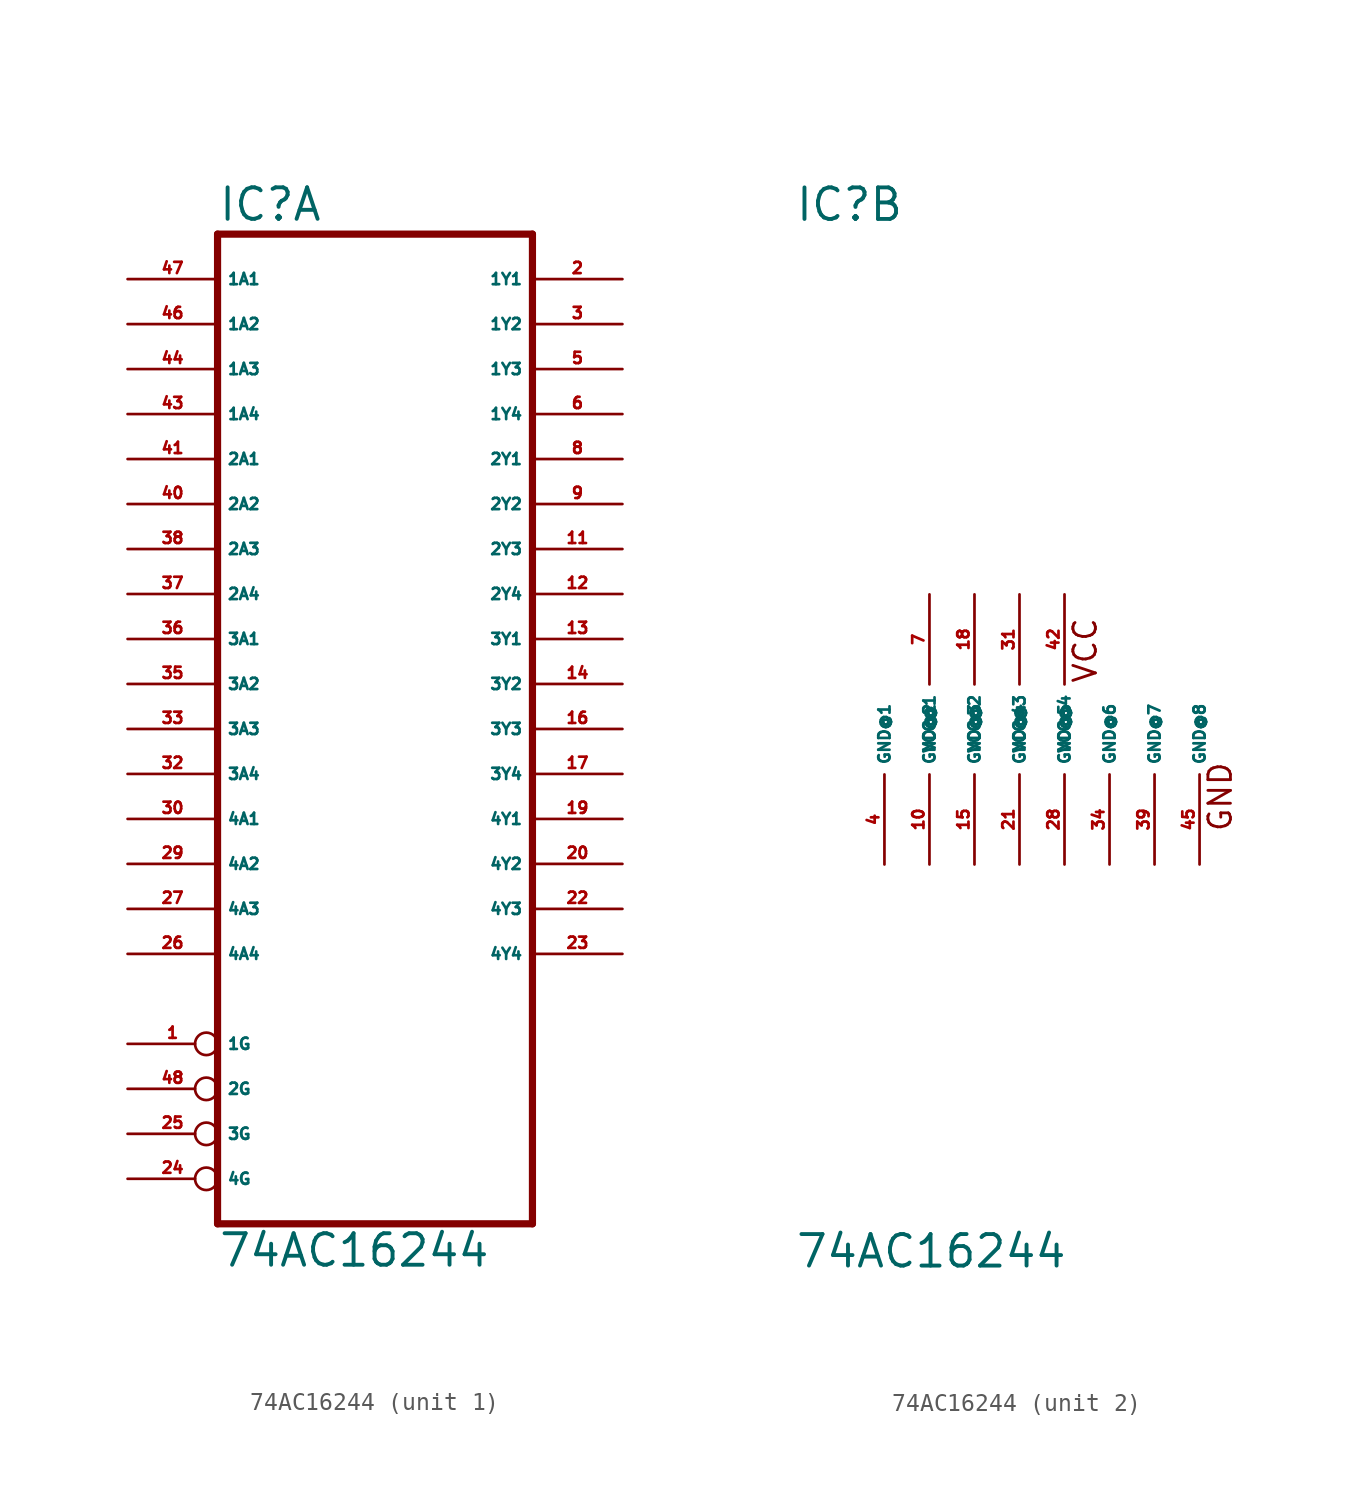
<source format=kicad_sym>
(kicad_symbol_lib
  (version 20220914)
  (generator Eagle2Kicad)
  (symbol "74AC16244"
    (property "Reference" "IC"
      (at -10.16 28.575 0)
      (effects (font (size 1.778 1.778) (thickness 0.22)) (justify left bottom)))
    (property "Value" "74AC16244"
      (at -10.16 -30.48 0)
      (effects (font (size 1.778 1.778) (thickness 0.22)) (justify left bottom)))
    (symbol "74AC16244_1_0"
      (polyline (pts (xy -10.16 27.94) (xy -10.16 -27.94)) (stroke (width 0.406) (type default)) (fill (type none)))
      (polyline (pts (xy 7.62 -27.94) (xy -10.16 -27.94)) (stroke (width 0.406) (type default)) (fill (type none)))
      (polyline (pts (xy 7.62 -27.94) (xy 7.62 27.94)) (stroke (width 0.406) (type default)) (fill (type none)))
      (polyline (pts (xy -10.16 27.94) (xy 7.62 27.94)) (stroke (width 0.406) (type default)) (fill (type none)))
      (pin input inverted (at -15.24 -17.78 0) (length 5.08) (name "1G" (effects (font (size 0.635 0.635) (thickness 0.08)) (justify left bottom))) (number "1" (effects (font (size 0.635 0.635) (thickness 0.08)) (justify left bottom))))
      (pin input inverted (at -15.24 -20.32 0) (length 5.08) (name "2G" (effects (font (size 0.635 0.635) (thickness 0.08)) (justify left bottom))) (number "48" (effects (font (size 0.635 0.635) (thickness 0.08)) (justify left bottom))))
      (pin input inverted (at -15.24 -22.86 0) (length 5.08) (name "3G" (effects (font (size 0.635 0.635) (thickness 0.08)) (justify left bottom))) (number "25" (effects (font (size 0.635 0.635) (thickness 0.08)) (justify left bottom))))
      (pin input inverted (at -15.24 -25.4 0) (length 5.08) (name "4G" (effects (font (size 0.635 0.635) (thickness 0.08)) (justify left bottom))) (number "24" (effects (font (size 0.635 0.635) (thickness 0.08)) (justify left bottom))))
      (pin tri_state line (at 12.7 25.4 180) (length 5.08) (name "1Y1" (effects (font (size 0.635 0.635) (thickness 0.08)) (justify left bottom))) (number "2" (effects (font (size 0.635 0.635) (thickness 0.08)) (justify left bottom))))
      (pin tri_state line (at 12.7 22.86 180) (length 5.08) (name "1Y2" (effects (font (size 0.635 0.635) (thickness 0.08)) (justify left bottom))) (number "3" (effects (font (size 0.635 0.635) (thickness 0.08)) (justify left bottom))))
      (pin tri_state line (at 12.7 20.32 180) (length 5.08) (name "1Y3" (effects (font (size 0.635 0.635) (thickness 0.08)) (justify left bottom))) (number "5" (effects (font (size 0.635 0.635) (thickness 0.08)) (justify left bottom))))
      (pin tri_state line (at 12.7 17.78 180) (length 5.08) (name "1Y4" (effects (font (size 0.635 0.635) (thickness 0.08)) (justify left bottom))) (number "6" (effects (font (size 0.635 0.635) (thickness 0.08)) (justify left bottom))))
      (pin tri_state line (at 12.7 15.24 180) (length 5.08) (name "2Y1" (effects (font (size 0.635 0.635) (thickness 0.08)) (justify left bottom))) (number "8" (effects (font (size 0.635 0.635) (thickness 0.08)) (justify left bottom))))
      (pin tri_state line (at 12.7 12.7 180) (length 5.08) (name "2Y2" (effects (font (size 0.635 0.635) (thickness 0.08)) (justify left bottom))) (number "9" (effects (font (size 0.635 0.635) (thickness 0.08)) (justify left bottom))))
      (pin tri_state line (at 12.7 10.16 180) (length 5.08) (name "2Y3" (effects (font (size 0.635 0.635) (thickness 0.08)) (justify left bottom))) (number "11" (effects (font (size 0.635 0.635) (thickness 0.08)) (justify left bottom))))
      (pin tri_state line (at 12.7 7.62 180) (length 5.08) (name "2Y4" (effects (font (size 0.635 0.635) (thickness 0.08)) (justify left bottom))) (number "12" (effects (font (size 0.635 0.635) (thickness 0.08)) (justify left bottom))))
      (pin tri_state line (at 12.7 5.08 180) (length 5.08) (name "3Y1" (effects (font (size 0.635 0.635) (thickness 0.08)) (justify left bottom))) (number "13" (effects (font (size 0.635 0.635) (thickness 0.08)) (justify left bottom))))
      (pin tri_state line (at 12.7 2.54 180) (length 5.08) (name "3Y2" (effects (font (size 0.635 0.635) (thickness 0.08)) (justify left bottom))) (number "14" (effects (font (size 0.635 0.635) (thickness 0.08)) (justify left bottom))))
      (pin tri_state line (at 12.7 0 180) (length 5.08) (name "3Y3" (effects (font (size 0.635 0.635) (thickness 0.08)) (justify left bottom))) (number "16" (effects (font (size 0.635 0.635) (thickness 0.08)) (justify left bottom))))
      (pin tri_state line (at 12.7 -2.54 180) (length 5.08) (name "3Y4" (effects (font (size 0.635 0.635) (thickness 0.08)) (justify left bottom))) (number "17" (effects (font (size 0.635 0.635) (thickness 0.08)) (justify left bottom))))
      (pin tri_state line (at 12.7 -5.08 180) (length 5.08) (name "4Y1" (effects (font (size 0.635 0.635) (thickness 0.08)) (justify left bottom))) (number "19" (effects (font (size 0.635 0.635) (thickness 0.08)) (justify left bottom))))
      (pin tri_state line (at 12.7 -7.62 180) (length 5.08) (name "4Y2" (effects (font (size 0.635 0.635) (thickness 0.08)) (justify left bottom))) (number "20" (effects (font (size 0.635 0.635) (thickness 0.08)) (justify left bottom))))
      (pin tri_state line (at 12.7 -10.16 180) (length 5.08) (name "4Y3" (effects (font (size 0.635 0.635) (thickness 0.08)) (justify left bottom))) (number "22" (effects (font (size 0.635 0.635) (thickness 0.08)) (justify left bottom))))
      (pin tri_state line (at 12.7 -12.7 180) (length 5.08) (name "4Y4" (effects (font (size 0.635 0.635) (thickness 0.08)) (justify left bottom))) (number "23" (effects (font (size 0.635 0.635) (thickness 0.08)) (justify left bottom))))
      (pin input line (at -15.24 25.4 0) (length 5.08) (name "1A1" (effects (font (size 0.635 0.635) (thickness 0.08)) (justify left bottom))) (number "47" (effects (font (size 0.635 0.635) (thickness 0.08)) (justify left bottom))))
      (pin input line (at -15.24 22.86 0) (length 5.08) (name "1A2" (effects (font (size 0.635 0.635) (thickness 0.08)) (justify left bottom))) (number "46" (effects (font (size 0.635 0.635) (thickness 0.08)) (justify left bottom))))
      (pin input line (at -15.24 20.32 0) (length 5.08) (name "1A3" (effects (font (size 0.635 0.635) (thickness 0.08)) (justify left bottom))) (number "44" (effects (font (size 0.635 0.635) (thickness 0.08)) (justify left bottom))))
      (pin input line (at -15.24 17.78 0) (length 5.08) (name "1A4" (effects (font (size 0.635 0.635) (thickness 0.08)) (justify left bottom))) (number "43" (effects (font (size 0.635 0.635) (thickness 0.08)) (justify left bottom))))
      (pin input line (at -15.24 15.24 0) (length 5.08) (name "2A1" (effects (font (size 0.635 0.635) (thickness 0.08)) (justify left bottom))) (number "41" (effects (font (size 0.635 0.635) (thickness 0.08)) (justify left bottom))))
      (pin input line (at -15.24 12.7 0) (length 5.08) (name "2A2" (effects (font (size 0.635 0.635) (thickness 0.08)) (justify left bottom))) (number "40" (effects (font (size 0.635 0.635) (thickness 0.08)) (justify left bottom))))
      (pin input line (at -15.24 10.16 0) (length 5.08) (name "2A3" (effects (font (size 0.635 0.635) (thickness 0.08)) (justify left bottom))) (number "38" (effects (font (size 0.635 0.635) (thickness 0.08)) (justify left bottom))))
      (pin input line (at -15.24 7.62 0) (length 5.08) (name "2A4" (effects (font (size 0.635 0.635) (thickness 0.08)) (justify left bottom))) (number "37" (effects (font (size 0.635 0.635) (thickness 0.08)) (justify left bottom))))
      (pin input line (at -15.24 5.08 0) (length 5.08) (name "3A1" (effects (font (size 0.635 0.635) (thickness 0.08)) (justify left bottom))) (number "36" (effects (font (size 0.635 0.635) (thickness 0.08)) (justify left bottom))))
      (pin input line (at -15.24 2.54 0) (length 5.08) (name "3A2" (effects (font (size 0.635 0.635) (thickness 0.08)) (justify left bottom))) (number "35" (effects (font (size 0.635 0.635) (thickness 0.08)) (justify left bottom))))
      (pin input line (at -15.24 0 0) (length 5.08) (name "3A3" (effects (font (size 0.635 0.635) (thickness 0.08)) (justify left bottom))) (number "33" (effects (font (size 0.635 0.635) (thickness 0.08)) (justify left bottom))))
      (pin input line (at -15.24 -2.54 0) (length 5.08) (name "3A4" (effects (font (size 0.635 0.635) (thickness 0.08)) (justify left bottom))) (number "32" (effects (font (size 0.635 0.635) (thickness 0.08)) (justify left bottom))))
      (pin input line (at -15.24 -5.08 0) (length 5.08) (name "4A1" (effects (font (size 0.635 0.635) (thickness 0.08)) (justify left bottom))) (number "30" (effects (font (size 0.635 0.635) (thickness 0.08)) (justify left bottom))))
      (pin input line (at -15.24 -7.62 0) (length 5.08) (name "4A2" (effects (font (size 0.635 0.635) (thickness 0.08)) (justify left bottom))) (number "29" (effects (font (size 0.635 0.635) (thickness 0.08)) (justify left bottom))))
      (pin input line (at -15.24 -10.16 0) (length 5.08) (name "4A3" (effects (font (size 0.635 0.635) (thickness 0.08)) (justify left bottom))) (number "27" (effects (font (size 0.635 0.635) (thickness 0.08)) (justify left bottom))))
      (pin input line (at -15.24 -12.7 0) (length 5.08) (name "4A4" (effects (font (size 0.635 0.635) (thickness 0.08)) (justify left bottom))) (number "26" (effects (font (size 0.635 0.635) (thickness 0.08)) (justify left bottom)))))
    (symbol "74AC16244_2_0"
      (text "VCC" (at 6.985 2.54 900) (effects (font (size 1.27 1.27) (thickness 0.16)) (justify left bottom)))
      (text "GND" (at 14.605 -5.842 900) (effects (font (size 1.27 1.27) (thickness 0.16)) (justify left bottom)))
      (pin unspecified line (at -2.54 7.62 270) (length 5.08) (name "VCC@1" (effects (font (size 0.635 0.635) (thickness 0.08)) (justify left bottom))) (number "7" (effects (font (size 0.635 0.635) (thickness 0.08)) (justify left bottom))))
      (pin unspecified line (at 0 7.62 270) (length 5.08) (name "VCC@2" (effects (font (size 0.635 0.635) (thickness 0.08)) (justify left bottom))) (number "18" (effects (font (size 0.635 0.635) (thickness 0.08)) (justify left bottom))))
      (pin unspecified line (at 2.54 -7.62 90) (length 5.08) (name "GND@4" (effects (font (size 0.635 0.635) (thickness 0.08)) (justify left bottom))) (number "21" (effects (font (size 0.635 0.635) (thickness 0.08)) (justify left bottom))))
      (pin unspecified line (at 0 -7.62 90) (length 5.08) (name "GND@3" (effects (font (size 0.635 0.635) (thickness 0.08)) (justify left bottom))) (number "15" (effects (font (size 0.635 0.635) (thickness 0.08)) (justify left bottom))))
      (pin unspecified line (at -2.54 -7.62 90) (length 5.08) (name "GND@2" (effects (font (size 0.635 0.635) (thickness 0.08)) (justify left bottom))) (number "10" (effects (font (size 0.635 0.635) (thickness 0.08)) (justify left bottom))))
      (pin unspecified line (at -5.08 -7.62 90) (length 5.08) (name "GND@1" (effects (font (size 0.635 0.635) (thickness 0.08)) (justify left bottom))) (number "4" (effects (font (size 0.635 0.635) (thickness 0.08)) (justify left bottom))))
      (pin unspecified line (at 2.54 7.62 270) (length 5.08) (name "VCC@3" (effects (font (size 0.635 0.635) (thickness 0.08)) (justify left bottom))) (number "31" (effects (font (size 0.635 0.635) (thickness 0.08)) (justify left bottom))))
      (pin unspecified line (at 5.08 7.62 270) (length 5.08) (name "VCC@4" (effects (font (size 0.635 0.635) (thickness 0.08)) (justify left bottom))) (number "42" (effects (font (size 0.635 0.635) (thickness 0.08)) (justify left bottom))))
      (pin unspecified line (at 5.08 -7.62 90) (length 5.08) (name "GND@5" (effects (font (size 0.635 0.635) (thickness 0.08)) (justify left bottom))) (number "28" (effects (font (size 0.635 0.635) (thickness 0.08)) (justify left bottom))))
      (pin unspecified line (at 7.62 -7.62 90) (length 5.08) (name "GND@6" (effects (font (size 0.635 0.635) (thickness 0.08)) (justify left bottom))) (number "34" (effects (font (size 0.635 0.635) (thickness 0.08)) (justify left bottom))))
      (pin unspecified line (at 10.16 -7.62 90) (length 5.08) (name "GND@7" (effects (font (size 0.635 0.635) (thickness 0.08)) (justify left bottom))) (number "39" (effects (font (size 0.635 0.635) (thickness 0.08)) (justify left bottom))))
      (pin unspecified line (at 12.7 -7.62 90) (length 5.08) (name "GND@8" (effects (font (size 0.635 0.635) (thickness 0.08)) (justify left bottom))) (number "45" (effects (font (size 0.635 0.635) (thickness 0.08)) (justify left bottom)))))))
</source>
